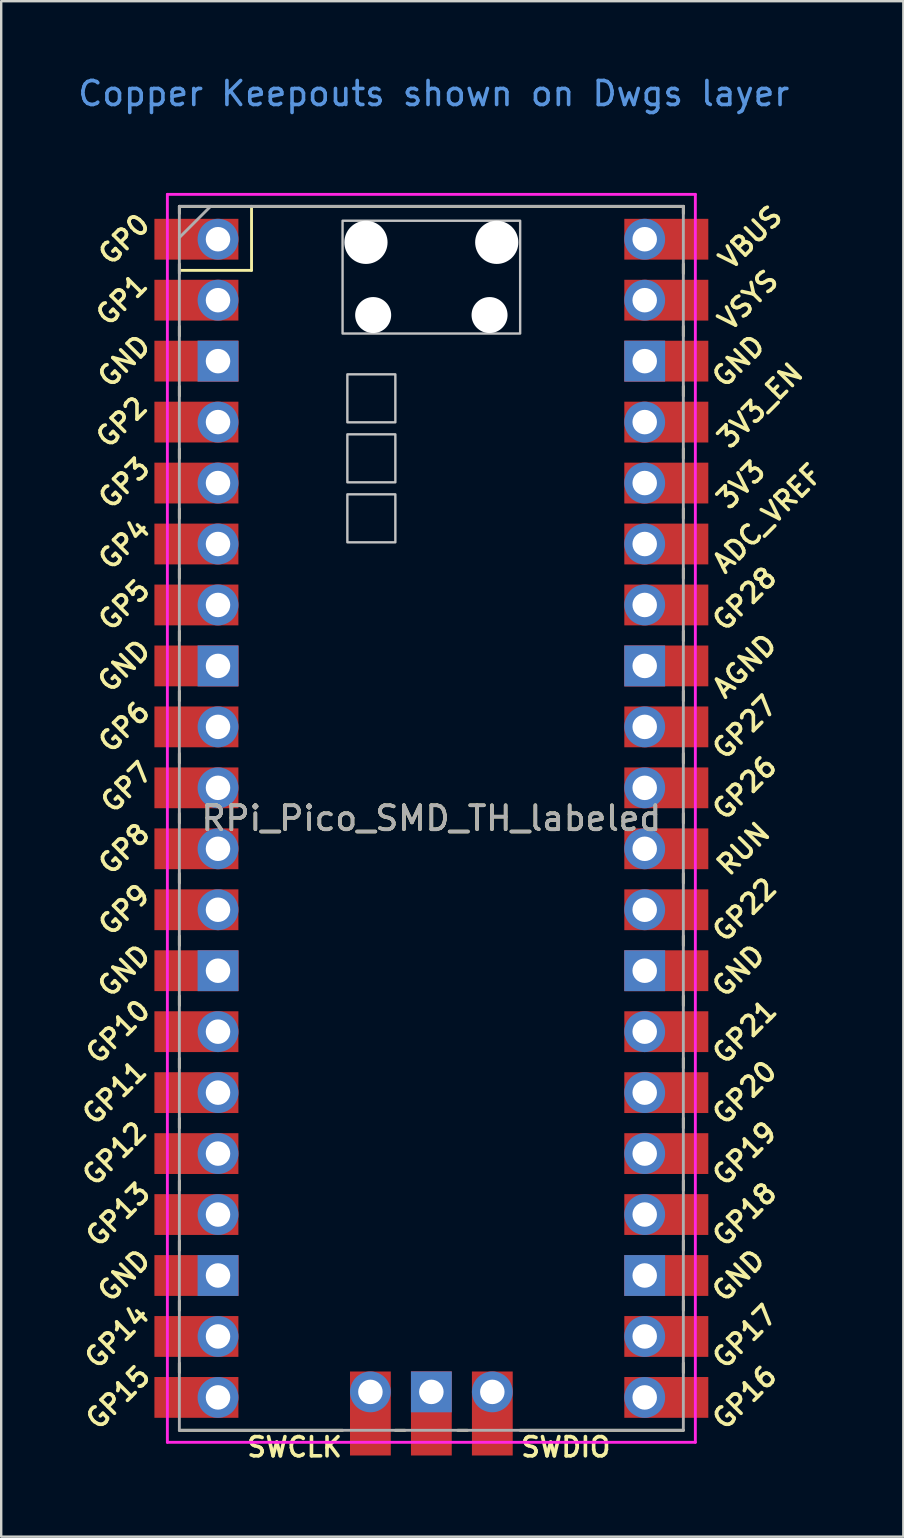
<source format=kicad_pcb>
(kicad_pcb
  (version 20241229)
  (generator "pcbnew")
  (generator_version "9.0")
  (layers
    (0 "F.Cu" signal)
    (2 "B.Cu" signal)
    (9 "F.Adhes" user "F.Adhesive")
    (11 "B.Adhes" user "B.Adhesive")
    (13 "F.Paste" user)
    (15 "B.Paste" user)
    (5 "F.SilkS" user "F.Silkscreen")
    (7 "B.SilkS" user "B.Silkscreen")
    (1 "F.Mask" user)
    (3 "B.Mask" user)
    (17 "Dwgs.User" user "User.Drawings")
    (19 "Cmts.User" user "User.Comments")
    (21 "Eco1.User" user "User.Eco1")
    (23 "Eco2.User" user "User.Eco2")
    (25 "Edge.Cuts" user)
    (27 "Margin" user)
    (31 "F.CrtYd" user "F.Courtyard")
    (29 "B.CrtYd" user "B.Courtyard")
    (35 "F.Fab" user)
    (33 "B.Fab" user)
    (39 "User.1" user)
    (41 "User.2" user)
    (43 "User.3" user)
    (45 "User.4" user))
  (footprint "RPi_Pico_SMD_TH_labeled"
    (layer "F.Cu")
    (at 14.924 31.048)
    (property "Reference" "RPi_Pico_SMD_TH_labeled" (at 0 0 0) (layer "F.SilkS") (effects (font (size 1 1) (thickness 0.15))))
    (attr through_hole)
    (fp_line (start -10.5 -25.5) (end -10.5 -25.2) (stroke (width 0.12) (type solid)) (layer "F.SilkS"))
    (fp_line (start -10.5 -25.5) (end 10.5 -25.5) (stroke (width 0.12) (type solid)) (layer "F.SilkS"))
    (fp_line (start -10.5 -23.1) (end -10.5 -22.7) (stroke (width 0.12) (type solid)) (layer "F.SilkS"))
    (fp_line (start -10.5 -22.833) (end -7.493 -22.833) (stroke (width 0.12) (type solid)) (layer "F.SilkS"))
    (fp_line (start -10.5 -20.5) (end -10.5 -20.1) (stroke (width 0.12) (type solid)) (layer "F.SilkS"))
    (fp_line (start -10.5 -18) (end -10.5 -17.6) (stroke (width 0.12) (type solid)) (layer "F.SilkS"))
    (fp_line (start -10.5 -15.4) (end -10.5 -15) (stroke (width 0.12) (type solid)) (layer "F.SilkS"))
    (fp_line (start -10.5 -12.9) (end -10.5 -12.5) (stroke (width 0.12) (type solid)) (layer "F.SilkS"))
    (fp_line (start -10.5 -10.4) (end -10.5 -10) (stroke (width 0.12) (type solid)) (layer "F.SilkS"))
    (fp_line (start -10.5 -7.8) (end -10.5 -7.4) (stroke (width 0.12) (type solid)) (layer "F.SilkS"))
    (fp_line (start -10.5 -5.3) (end -10.5 -4.9) (stroke (width 0.12) (type solid)) (layer "F.SilkS"))
    (fp_line (start -10.5 -2.7) (end -10.5 -2.3) (stroke (width 0.12) (type solid)) (layer "F.SilkS"))
    (fp_line (start -10.5 -0.2) (end -10.5 0.2) (stroke (width 0.12) (type solid)) (layer "F.SilkS"))
    (fp_line (start -10.5 2.3) (end -10.5 2.7) (stroke (width 0.12) (type solid)) (layer "F.SilkS"))
    (fp_line (start -10.5 4.9) (end -10.5 5.3) (stroke (width 0.12) (type solid)) (layer "F.SilkS"))
    (fp_line (start -10.5 7.4) (end -10.5 7.8) (stroke (width 0.12) (type solid)) (layer "F.SilkS"))
    (fp_line (start -10.5 10) (end -10.5 10.4) (stroke (width 0.12) (type solid)) (layer "F.SilkS"))
    (fp_line (start -10.5 12.5) (end -10.5 12.9) (stroke (width 0.12) (type solid)) (layer "F.SilkS"))
    (fp_line (start -10.5 15.1) (end -10.5 15.5) (stroke (width 0.12) (type solid)) (layer "F.SilkS"))
    (fp_line (start -10.5 17.6) (end -10.5 18) (stroke (width 0.12) (type solid)) (layer "F.SilkS"))
    (fp_line (start -10.5 20.1) (end -10.5 20.5) (stroke (width 0.12) (type solid)) (layer "F.SilkS"))
    (fp_line (start -10.5 22.7) (end -10.5 23.1) (stroke (width 0.12) (type solid)) (layer "F.SilkS"))
    (fp_line (start -7.493 -22.833) (end -7.493 -25.5) (stroke (width 0.12) (type solid)) (layer "F.SilkS"))
    (fp_line (start -3.7 25.5) (end -10.5 25.5) (stroke (width 0.12) (type solid)) (layer "F.SilkS"))
    (fp_line (start -1.5 25.5) (end -1.1 25.5) (stroke (width 0.12) (type solid)) (layer "F.SilkS"))
    (fp_line (start 1.1 25.5) (end 1.5 25.5) (stroke (width 0.12) (type solid)) (layer "F.SilkS"))
    (fp_line (start 10.5 -25.5) (end 10.5 -25.2) (stroke (width 0.12) (type solid)) (layer "F.SilkS"))
    (fp_line (start 10.5 -23.1) (end 10.5 -22.7) (stroke (width 0.12) (type solid)) (layer "F.SilkS"))
    (fp_line (start 10.5 -20.5) (end 10.5 -20.1) (stroke (width 0.12) (type solid)) (layer "F.SilkS"))
    (fp_line (start 10.5 -18) (end 10.5 -17.6) (stroke (width 0.12) (type solid)) (layer "F.SilkS"))
    (fp_line (start 10.5 -15.4) (end 10.5 -15) (stroke (width 0.12) (type solid)) (layer "F.SilkS"))
    (fp_line (start 10.5 -12.9) (end 10.5 -12.5) (stroke (width 0.12) (type solid)) (layer "F.SilkS"))
    (fp_line (start 10.5 -10.4) (end 10.5 -10) (stroke (width 0.12) (type solid)) (layer "F.SilkS"))
    (fp_line (start 10.5 -7.8) (end 10.5 -7.4) (stroke (width 0.12) (type solid)) (layer "F.SilkS"))
    (fp_line (start 10.5 -5.3) (end 10.5 -4.9) (stroke (width 0.12) (type solid)) (layer "F.SilkS"))
    (fp_line (start 10.5 -2.7) (end 10.5 -2.3) (stroke (width 0.12) (type solid)) (layer "F.SilkS"))
    (fp_line (start 10.5 -0.2) (end 10.5 0.2) (stroke (width 0.12) (type solid)) (layer "F.SilkS"))
    (fp_line (start 10.5 2.3) (end 10.5 2.7) (stroke (width 0.12) (type solid)) (layer "F.SilkS"))
    (fp_line (start 10.5 4.9) (end 10.5 5.3) (stroke (width 0.12) (type solid)) (layer "F.SilkS"))
    (fp_line (start 10.5 7.4) (end 10.5 7.8) (stroke (width 0.12) (type solid)) (layer "F.SilkS"))
    (fp_line (start 10.5 10) (end 10.5 10.4) (stroke (width 0.12) (type solid)) (layer "F.SilkS"))
    (fp_line (start 10.5 12.5) (end 10.5 12.9) (stroke (width 0.12) (type solid)) (layer "F.SilkS"))
    (fp_line (start 10.5 15.1) (end 10.5 15.5) (stroke (width 0.12) (type solid)) (layer "F.SilkS"))
    (fp_line (start 10.5 17.6) (end 10.5 18) (stroke (width 0.12) (type solid)) (layer "F.SilkS"))
    (fp_line (start 10.5 20.1) (end 10.5 20.5) (stroke (width 0.12) (type solid)) (layer "F.SilkS"))
    (fp_line (start 10.5 22.7) (end 10.5 23.1) (stroke (width 0.12) (type solid)) (layer "F.SilkS"))
    (fp_line (start 10.5 25.5) (end 3.7 25.5) (stroke (width 0.12) (type solid)) (layer "F.SilkS"))
    (fp_poly (pts (xy -1.5 -16.5) (xy -3.5 -16.5) (xy -3.5 -18.5) (xy -1.5 -18.5)) (stroke (width 0.1) (type solid)) (fill no) (layer "Dwgs.User"))
    (fp_poly (pts (xy -1.5 -14) (xy -3.5 -14) (xy -3.5 -16) (xy -1.5 -16)) (stroke (width 0.1) (type solid)) (fill no) (layer "Dwgs.User"))
    (fp_poly (pts (xy -1.5 -11.5) (xy -3.5 -11.5) (xy -3.5 -13.5) (xy -1.5 -13.5)) (stroke (width 0.1) (type solid)) (fill no) (layer "Dwgs.User"))
    (fp_poly (pts (xy 3.7 -20.2) (xy -3.7 -20.2) (xy -3.7 -24.9) (xy 3.7 -24.9)) (stroke (width 0.1) (type solid)) (fill no) (layer "Dwgs.User"))
    (fp_line (start -11 -26) (end 11 -26) (stroke (width 0.12) (type solid)) (layer "F.CrtYd"))
    (fp_line (start -11 26) (end -11 -26) (stroke (width 0.12) (type solid)) (layer "F.CrtYd"))
    (fp_line (start 11 -26) (end 11 26) (stroke (width 0.12) (type solid)) (layer "F.CrtYd"))
    (fp_line (start 11 26) (end -11 26) (stroke (width 0.12) (type solid)) (layer "F.CrtYd"))
    (fp_line (start -10.5 -25.5) (end 10.5 -25.5) (stroke (width 0.12) (type solid)) (layer "F.Fab"))
    (fp_line (start -10.5 -24.2) (end -9.2 -25.5) (stroke (width 0.12) (type solid)) (layer "F.Fab"))
    (fp_line (start -10.5 25.5) (end -10.5 -25.5) (stroke (width 0.12) (type solid)) (layer "F.Fab"))
    (fp_line (start 10.5 -25.5) (end 10.5 25.5) (stroke (width 0.12) (type solid)) (layer "F.Fab"))
    (fp_line (start 10.5 25.5) (end -10.5 25.5) (stroke (width 0.12) (type solid)) (layer "F.Fab"))
    (fp_text user "GP14" (at -13.1 21.59 45) (layer "F.SilkS") (effects (font (size 0.8 0.8) (thickness 0.15))))
    (fp_text user "GND" (at -12.8 6.35 45) (layer "F.SilkS") (effects (font (size 0.8 0.8) (thickness 0.15))))
    (fp_text user "GP3" (at -12.8 -13.97 45) (layer "F.SilkS") (effects (font (size 0.8 0.8) (thickness 0.15))))
    (fp_text user "GND" (at -12.8 -19.05 45) (layer "F.SilkS") (effects (font (size 0.8 0.8) (thickness 0.15))))
    (fp_text user "GND" (at 12.8 6.35 45) (layer "F.SilkS") (effects (font (size 0.8 0.8) (thickness 0.15))))
    (fp_text user "GP8" (at -12.8 1.27 45) (layer "F.SilkS") (effects (font (size 0.8 0.8) (thickness 0.15))))
    (fp_text user "VBUS" (at 13.3 -24.2 45) (layer "F.SilkS") (effects (font (size 0.8 0.8) (thickness 0.15))))
    (fp_text user "GP12" (at -13.2 13.97 45) (layer "F.SilkS") (effects (font (size 0.8 0.8) (thickness 0.15))))
    (fp_text user "3V3_EN" (at 13.7 -17.2 45) (layer "F.SilkS") (effects (font (size 0.8 0.8) (thickness 0.15))))
    (fp_text user "GP2" (at -12.9 -16.51 45) (layer "F.SilkS") (effects (font (size 0.8 0.8) (thickness 0.15))))
    (fp_text user "GP20" (at 13.054 11.43 45) (layer "F.SilkS") (effects (font (size 0.8 0.8) (thickness 0.15))))
    (fp_text user "GP18" (at 13.054 16.51 45) (layer "F.SilkS") (effects (font (size 0.8 0.8) (thickness 0.15))))
    (fp_text user "GP19" (at 13.054 13.97 45) (layer "F.SilkS") (effects (font (size 0.8 0.8) (thickness 0.15))))
    (fp_text user "GP10" (at -13.054 8.89 45) (layer "F.SilkS") (effects (font (size 0.8 0.8) (thickness 0.15))))
    (fp_text user "GND" (at -12.8 -6.35 45) (layer "F.SilkS") (effects (font (size 0.8 0.8) (thickness 0.15))))
    (fp_text user "GND" (at 12.8 -19.05 45) (layer "F.SilkS") (effects (font (size 0.8 0.8) (thickness 0.15))))
    (fp_text user "GP6" (at -12.8 -3.81 45) (layer "F.SilkS") (effects (font (size 0.8 0.8) (thickness 0.15))))
    (fp_text user "SWCLK" (at -5.7 26.2 0) (layer "F.SilkS") (effects (font (size 0.8 0.8) (thickness 0.15))))
    (fp_text user "GP13" (at -13.054 16.51 45) (layer "F.SilkS") (effects (font (size 0.8 0.8) (thickness 0.15))))
    (fp_text user "GP21" (at 13.054 8.9 45) (layer "F.SilkS") (effects (font (size 0.8 0.8) (thickness 0.15))))
    (fp_text user "GP15" (at -13.054 24.13 45) (layer "F.SilkS") (effects (font (size 0.8 0.8) (thickness 0.15))))
    (fp_text user "GND" (at -12.8 19.05 45) (layer "F.SilkS") (effects (font (size 0.8 0.8) (thickness 0.15))))
    (fp_text user "GP27" (at 13.054 -3.8 45) (layer "F.SilkS") (effects (font (size 0.8 0.8) (thickness 0.15))))
    (fp_text user "GP22" (at 13.054 3.81 45) (layer "F.SilkS") (effects (font (size 0.8 0.8) (thickness 0.15))))
    (fp_text user "GP26" (at 13.054 -1.27 45) (layer "F.SilkS") (effects (font (size 0.8 0.8) (thickness 0.15))))
    (fp_text user "3V3" (at 12.9 -13.9 45) (layer "F.SilkS") (effects (font (size 0.8 0.8) (thickness 0.15))))
    (fp_text user "GP0" (at -12.8 -24.13 45) (layer "F.SilkS") (effects (font (size 0.8 0.8) (thickness 0.15))))
    (fp_text user "VSYS" (at 13.2 -21.59 45) (layer "F.SilkS") (effects (font (size 0.8 0.8) (thickness 0.15))))
    (fp_text user "SWDIO" (at 5.6 26.2 0) (layer "F.SilkS") (effects (font (size 0.8 0.8) (thickness 0.15))))
    (fp_text user "GP4" (at -12.8 -11.43 45) (layer "F.SilkS") (effects (font (size 0.8 0.8) (thickness 0.15))))
    (fp_text user "GP17" (at 13.054 21.59 45) (layer "F.SilkS") (effects (font (size 0.8 0.8) (thickness 0.15))))
    (fp_text user "GP5" (at -12.8 -8.89 45) (layer "F.SilkS") (effects (font (size 0.8 0.8) (thickness 0.15))))
    (fp_text user "GP28" (at 13.054 -9.144 45) (layer "F.SilkS") (effects (font (size 0.8 0.8) (thickness 0.15))))
    (fp_text user "RUN" (at 13 1.27 45) (layer "F.SilkS") (effects (font (size 0.8 0.8) (thickness 0.15))))
    (fp_text user "AGND" (at 13.054 -6.35 45) (layer "F.SilkS") (effects (font (size 0.8 0.8) (thickness 0.15))))
    (fp_text user "GP7" (at -12.7 -1.3 45) (layer "F.SilkS") (effects (font (size 0.8 0.8) (thickness 0.15))))
    (fp_text user "GP16" (at 13.054 24.13 45) (layer "F.SilkS") (effects (font (size 0.8 0.8) (thickness 0.15))))
    (fp_text user "ADC_VREF" (at 14 -12.5 45) (layer "F.SilkS") (effects (font (size 0.8 0.8) (thickness 0.15))))
    (fp_text user "GP11" (at -13.2 11.43 45) (layer "F.SilkS") (effects (font (size 0.8 0.8) (thickness 0.15))))
    (fp_text user "GND" (at 12.8 19.05 45) (layer "F.SilkS") (effects (font (size 0.8 0.8) (thickness 0.15))))
    (fp_text user "GP9" (at -12.8 3.81 45) (layer "F.SilkS") (effects (font (size 0.8 0.8) (thickness 0.15))))
    (fp_text user "GP1" (at -12.9 -21.6 45) (layer "F.SilkS") (effects (font (size 0.8 0.8) (thickness 0.15))))
    (fp_text user "Copper Keepouts shown on Dwgs layer" (at 0.1 -30.2 0) (layer "Cmts.User") (effects (font (size 1 1) (thickness 0.15))))
    (fp_text user "${REFERENCE}" (at 0 0 180) (layer "F.Fab") (effects (font (size 1 1) (thickness 0.15))))
    (pad "" np_thru_hole oval (at -2.725 -24) (size 1.8 1.8) (drill 1.8) (layers "*.Cu" "*.Mask"))
    (pad "" np_thru_hole oval (at -2.425 -20.97) (size 1.5 1.5) (drill 1.5) (layers "*.Cu" "*.Mask"))
    (pad "" np_thru_hole oval (at 2.425 -20.97) (size 1.5 1.5) (drill 1.5) (layers "*.Cu" "*.Mask"))
    (pad "" np_thru_hole oval (at 2.725 -24) (size 1.8 1.8) (drill 1.8) (layers "*.Cu" "*.Mask"))
    (pad "1" thru_hole oval (at -8.89 -24.13) (size 1.7 1.7) (drill 1.02) (layers "*.Cu" "*.Mask"))
    (pad "1" smd rect (at -8.89 -24.13) (size 3.5 1.7) (drill (offset -0.9 0)) (layers "F.Cu" "F.Mask"))
    (pad "2" thru_hole oval (at -8.89 -21.59) (size 1.7 1.7) (drill 1.02) (layers "*.Cu" "*.Mask"))
    (pad "2" smd rect (at -8.89 -21.59) (size 3.5 1.7) (drill (offset -0.9 0)) (layers "F.Cu" "F.Mask"))
    (pad "3" thru_hole rect (at -8.89 -19.05) (size 1.7 1.7) (drill 1.02) (layers "*.Cu" "*.Mask"))
    (pad "3" smd rect (at -8.89 -19.05) (size 3.5 1.7) (drill (offset -0.9 0)) (layers "F.Cu" "F.Mask"))
    (pad "4" thru_hole oval (at -8.89 -16.51) (size 1.7 1.7) (drill 1.02) (layers "*.Cu" "*.Mask"))
    (pad "4" smd rect (at -8.89 -16.51) (size 3.5 1.7) (drill (offset -0.9 0)) (layers "F.Cu" "F.Mask"))
    (pad "5" thru_hole oval (at -8.89 -13.97) (size 1.7 1.7) (drill 1.02) (layers "*.Cu" "*.Mask"))
    (pad "5" smd rect (at -8.89 -13.97) (size 3.5 1.7) (drill (offset -0.9 0)) (layers "F.Cu" "F.Mask"))
    (pad "6" thru_hole oval (at -8.89 -11.43) (size 1.7 1.7) (drill 1.02) (layers "*.Cu" "*.Mask"))
    (pad "6" smd rect (at -8.89 -11.43) (size 3.5 1.7) (drill (offset -0.9 0)) (layers "F.Cu" "F.Mask"))
    (pad "7" thru_hole oval (at -8.89 -8.89) (size 1.7 1.7) (drill 1.02) (layers "*.Cu" "*.Mask"))
    (pad "7" smd rect (at -8.89 -8.89) (size 3.5 1.7) (drill (offset -0.9 0)) (layers "F.Cu" "F.Mask"))
    (pad "8" thru_hole rect (at -8.89 -6.35) (size 1.7 1.7) (drill 1.02) (layers "*.Cu" "*.Mask"))
    (pad "8" smd rect (at -8.89 -6.35) (size 3.5 1.7) (drill (offset -0.9 0)) (layers "F.Cu" "F.Mask"))
    (pad "9" thru_hole oval (at -8.89 -3.81) (size 1.7 1.7) (drill 1.02) (layers "*.Cu" "*.Mask"))
    (pad "9" smd rect (at -8.89 -3.81) (size 3.5 1.7) (drill (offset -0.9 0)) (layers "F.Cu" "F.Mask"))
    (pad "10" thru_hole oval (at -8.89 -1.27) (size 1.7 1.7) (drill 1.02) (layers "*.Cu" "*.Mask"))
    (pad "10" smd rect (at -8.89 -1.27) (size 3.5 1.7) (drill (offset -0.9 0)) (layers "F.Cu" "F.Mask"))
    (pad "11" thru_hole oval (at -8.89 1.27) (size 1.7 1.7) (drill 1.02) (layers "*.Cu" "*.Mask"))
    (pad "11" smd rect (at -8.89 1.27) (size 3.5 1.7) (drill (offset -0.9 0)) (layers "F.Cu" "F.Mask"))
    (pad "12" thru_hole oval (at -8.89 3.81) (size 1.7 1.7) (drill 1.02) (layers "*.Cu" "*.Mask"))
    (pad "12" smd rect (at -8.89 3.81) (size 3.5 1.7) (drill (offset -0.9 0)) (layers "F.Cu" "F.Mask"))
    (pad "13" thru_hole rect (at -8.89 6.35) (size 1.7 1.7) (drill 1.02) (layers "*.Cu" "*.Mask"))
    (pad "13" smd rect (at -8.89 6.35) (size 3.5 1.7) (drill (offset -0.9 0)) (layers "F.Cu" "F.Mask"))
    (pad "14" thru_hole oval (at -8.89 8.89) (size 1.7 1.7) (drill 1.02) (layers "*.Cu" "*.Mask"))
    (pad "14" smd rect (at -8.89 8.89) (size 3.5 1.7) (drill (offset -0.9 0)) (layers "F.Cu" "F.Mask"))
    (pad "15" thru_hole oval (at -8.89 11.43) (size 1.7 1.7) (drill 1.02) (layers "*.Cu" "*.Mask"))
    (pad "15" smd rect (at -8.89 11.43) (size 3.5 1.7) (drill (offset -0.9 0)) (layers "F.Cu" "F.Mask"))
    (pad "16" thru_hole oval (at -8.89 13.97) (size 1.7 1.7) (drill 1.02) (layers "*.Cu" "*.Mask"))
    (pad "16" smd rect (at -8.89 13.97) (size 3.5 1.7) (drill (offset -0.9 0)) (layers "F.Cu" "F.Mask"))
    (pad "17" thru_hole oval (at -8.89 16.51) (size 1.7 1.7) (drill 1.02) (layers "*.Cu" "*.Mask"))
    (pad "17" smd rect (at -8.89 16.51) (size 3.5 1.7) (drill (offset -0.9 0)) (layers "F.Cu" "F.Mask"))
    (pad "18" thru_hole rect (at -8.89 19.05) (size 1.7 1.7) (drill 1.02) (layers "*.Cu" "*.Mask"))
    (pad "18" smd rect (at -8.89 19.05) (size 3.5 1.7) (drill (offset -0.9 0)) (layers "F.Cu" "F.Mask"))
    (pad "19" thru_hole oval (at -8.89 21.59) (size 1.7 1.7) (drill 1.02) (layers "*.Cu" "*.Mask"))
    (pad "19" smd rect (at -8.89 21.59) (size 3.5 1.7) (drill (offset -0.9 0)) (layers "F.Cu" "F.Mask"))
    (pad "20" thru_hole oval (at -8.89 24.13) (size 1.7 1.7) (drill 1.02) (layers "*.Cu" "*.Mask"))
    (pad "20" smd rect (at -8.89 24.13) (size 3.5 1.7) (drill (offset -0.9 0)) (layers "F.Cu" "F.Mask"))
    (pad "21" thru_hole oval (at 8.89 24.13) (size 1.7 1.7) (drill 1.02) (layers "*.Cu" "*.Mask"))
    (pad "21" smd rect (at 8.89 24.13) (size 3.5 1.7) (drill (offset 0.9 0)) (layers "F.Cu" "F.Mask"))
    (pad "22" thru_hole oval (at 8.89 21.59) (size 1.7 1.7) (drill 1.02) (layers "*.Cu" "*.Mask"))
    (pad "22" smd rect (at 8.89 21.59) (size 3.5 1.7) (drill (offset 0.9 0)) (layers "F.Cu" "F.Mask"))
    (pad "23" thru_hole rect (at 8.89 19.05) (size 1.7 1.7) (drill 1.02) (layers "*.Cu" "*.Mask"))
    (pad "23" smd rect (at 8.89 19.05) (size 3.5 1.7) (drill (offset 0.9 0)) (layers "F.Cu" "F.Mask"))
    (pad "24" thru_hole oval (at 8.89 16.51) (size 1.7 1.7) (drill 1.02) (layers "*.Cu" "*.Mask"))
    (pad "24" smd rect (at 8.89 16.51) (size 3.5 1.7) (drill (offset 0.9 0)) (layers "F.Cu" "F.Mask"))
    (pad "25" thru_hole oval (at 8.89 13.97) (size 1.7 1.7) (drill 1.02) (layers "*.Cu" "*.Mask"))
    (pad "25" smd rect (at 8.89 13.97) (size 3.5 1.7) (drill (offset 0.9 0)) (layers "F.Cu" "F.Mask"))
    (pad "26" thru_hole oval (at 8.89 11.43) (size 1.7 1.7) (drill 1.02) (layers "*.Cu" "*.Mask"))
    (pad "26" smd rect (at 8.89 11.43) (size 3.5 1.7) (drill (offset 0.9 0)) (layers "F.Cu" "F.Mask"))
    (pad "27" thru_hole oval (at 8.89 8.89) (size 1.7 1.7) (drill 1.02) (layers "*.Cu" "*.Mask"))
    (pad "27" smd rect (at 8.89 8.89) (size 3.5 1.7) (drill (offset 0.9 0)) (layers "F.Cu" "F.Mask"))
    (pad "28" thru_hole rect (at 8.89 6.35) (size 1.7 1.7) (drill 1.02) (layers "*.Cu" "*.Mask"))
    (pad "28" smd rect (at 8.89 6.35) (size 3.5 1.7) (drill (offset 0.9 0)) (layers "F.Cu" "F.Mask"))
    (pad "29" thru_hole oval (at 8.89 3.81) (size 1.7 1.7) (drill 1.02) (layers "*.Cu" "*.Mask"))
    (pad "29" smd rect (at 8.89 3.81) (size 3.5 1.7) (drill (offset 0.9 0)) (layers "F.Cu" "F.Mask"))
    (pad "30" thru_hole oval (at 8.89 1.27) (size 1.7 1.7) (drill 1.02) (layers "*.Cu" "*.Mask"))
    (pad "30" smd rect (at 8.89 1.27) (size 3.5 1.7) (drill (offset 0.9 0)) (layers "F.Cu" "F.Mask"))
    (pad "31" thru_hole oval (at 8.89 -1.27) (size 1.7 1.7) (drill 1.02) (layers "*.Cu" "*.Mask"))
    (pad "31" smd rect (at 8.89 -1.27) (size 3.5 1.7) (drill (offset 0.9 0)) (layers "F.Cu" "F.Mask"))
    (pad "32" thru_hole oval (at 8.89 -3.81) (size 1.7 1.7) (drill 1.02) (layers "*.Cu" "*.Mask"))
    (pad "32" smd rect (at 8.89 -3.81) (size 3.5 1.7) (drill (offset 0.9 0)) (layers "F.Cu" "F.Mask"))
    (pad "33" thru_hole rect (at 8.89 -6.35) (size 1.7 1.7) (drill 1.02) (layers "*.Cu" "*.Mask"))
    (pad "33" smd rect (at 8.89 -6.35) (size 3.5 1.7) (drill (offset 0.9 0)) (layers "F.Cu" "F.Mask"))
    (pad "34" thru_hole oval (at 8.89 -8.89) (size 1.7 1.7) (drill 1.02) (layers "*.Cu" "*.Mask"))
    (pad "34" smd rect (at 8.89 -8.89) (size 3.5 1.7) (drill (offset 0.9 0)) (layers "F.Cu" "F.Mask"))
    (pad "35" thru_hole oval (at 8.89 -11.43) (size 1.7 1.7) (drill 1.02) (layers "*.Cu" "*.Mask"))
    (pad "35" smd rect (at 8.89 -11.43) (size 3.5 1.7) (drill (offset 0.9 0)) (layers "F.Cu" "F.Mask"))
    (pad "36" thru_hole oval (at 8.89 -13.97) (size 1.7 1.7) (drill 1.02) (layers "*.Cu" "*.Mask"))
    (pad "36" smd rect (at 8.89 -13.97) (size 3.5 1.7) (drill (offset 0.9 0)) (layers "F.Cu" "F.Mask"))
    (pad "37" thru_hole oval (at 8.89 -16.51) (size 1.7 1.7) (drill 1.02) (layers "*.Cu" "*.Mask"))
    (pad "37" smd rect (at 8.89 -16.51) (size 3.5 1.7) (drill (offset 0.9 0)) (layers "F.Cu" "F.Mask"))
    (pad "38" thru_hole rect (at 8.89 -19.05) (size 1.7 1.7) (drill 1.02) (layers "*.Cu" "*.Mask"))
    (pad "38" smd rect (at 8.89 -19.05) (size 3.5 1.7) (drill (offset 0.9 0)) (layers "F.Cu" "F.Mask"))
    (pad "39" thru_hole oval (at 8.89 -21.59) (size 1.7 1.7) (drill 1.02) (layers "*.Cu" "*.Mask"))
    (pad "39" smd rect (at 8.89 -21.59) (size 3.5 1.7) (drill (offset 0.9 0)) (layers "F.Cu" "F.Mask"))
    (pad "40" thru_hole oval (at 8.89 -24.13) (size 1.7 1.7) (drill 1.02) (layers "*.Cu" "*.Mask"))
    (pad "40" smd rect (at 8.89 -24.13) (size 3.5 1.7) (drill (offset 0.9 0)) (layers "F.Cu" "F.Mask"))
    (pad "41" thru_hole oval (at -2.54 23.9) (size 1.7 1.7) (drill 1.02) (layers "*.Cu" "*.Mask"))
    (pad "41" smd rect (at -2.54 23.9 90) (size 3.5 1.7) (drill (offset -0.9 0)) (layers "F.Cu" "F.Mask"))
    (pad "42" thru_hole rect (at 0 23.9) (size 1.7 1.7) (drill 1.02) (layers "*.Cu" "*.Mask"))
    (pad "42" smd rect (at 0 23.9 90) (size 3.5 1.7) (drill (offset -0.9 0)) (layers "F.Cu" "F.Mask"))
    (pad "43" thru_hole oval (at 2.54 23.9) (size 1.7 1.7) (drill 1.02) (layers "*.Cu" "*.Mask"))
    (pad "43" smd rect (at 2.54 23.9 90) (size 3.5 1.7) (drill (offset -0.9 0)) (layers "F.Cu" "F.Mask")))
  (gr_rect
    (start -3 -3)
    (end 34.591 60.98)
    (stroke (width 0.1) (type default))
    (fill no)
    (layer "Edge.Cuts")))
</source>
